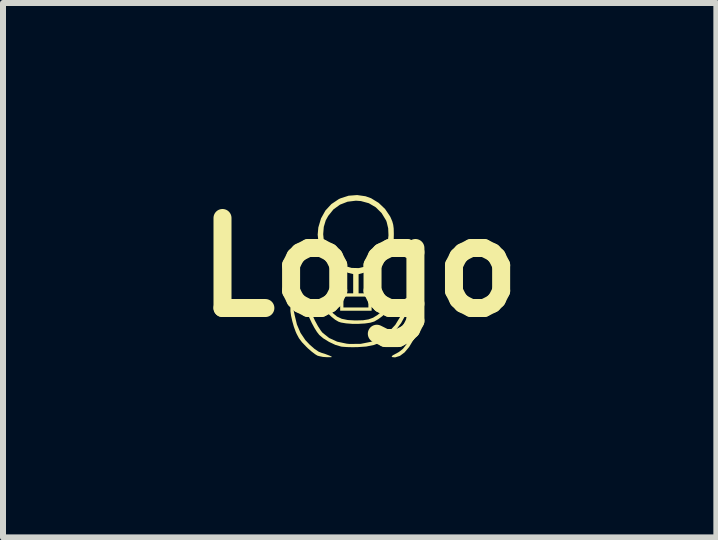
<source format=kicad_pcb>
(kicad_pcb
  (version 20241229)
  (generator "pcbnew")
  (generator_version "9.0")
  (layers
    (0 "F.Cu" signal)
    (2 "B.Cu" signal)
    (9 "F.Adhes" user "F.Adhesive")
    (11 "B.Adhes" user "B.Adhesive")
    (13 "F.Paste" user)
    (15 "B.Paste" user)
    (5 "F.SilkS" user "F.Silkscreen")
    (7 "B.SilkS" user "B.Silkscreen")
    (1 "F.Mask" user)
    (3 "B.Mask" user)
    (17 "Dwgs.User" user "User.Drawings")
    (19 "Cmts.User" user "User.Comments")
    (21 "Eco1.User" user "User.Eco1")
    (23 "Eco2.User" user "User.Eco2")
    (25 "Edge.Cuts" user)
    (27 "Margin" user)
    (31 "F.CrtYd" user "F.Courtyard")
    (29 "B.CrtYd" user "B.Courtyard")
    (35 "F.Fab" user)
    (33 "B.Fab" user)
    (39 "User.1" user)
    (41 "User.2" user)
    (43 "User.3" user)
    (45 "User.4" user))
  (footprint "Logo"
    (layer "F.Cu")
    (at 2.943 1.404)
    (property "Reference" "Logo" (at 0 0 0) (layer "F.SilkS") (effects (font (size 1.5 1.5) (thickness 0.3))))
    (attr board_only exclude_from_pos_files exclude_from_bom)
    (fp_poly (pts (xy 1.033 0.717) (xy 1.034 0.766) (xy 1.025 0.834) (xy 1.007 0.914) (xy 0.98 1.003) (xy 0.947 1.095) (xy 0.907 1.185) (xy 0.895 1.209) (xy 0.823 1.329) (xy 0.748 1.418) (xy 0.67 1.476) (xy 0.593 1.5) (xy 0.58 1.5) (xy 0.542 1.496) (xy 0.533 1.483) (xy 0.533 1.482) (xy 0.557 1.463) (xy 0.598 1.441) (xy 0.604 1.439) (xy 0.655 1.41) (xy 0.709 1.368) (xy 0.725 1.353) (xy 0.777 1.286) (xy 0.831 1.195) (xy 0.882 1.089) (xy 0.926 0.978) (xy 0.958 0.872) (xy 0.975 0.781) (xy 0.976 0.753) (xy 0.983 0.714) (xy 0.996 0.695) (xy 1.02 0.692)) (stroke (width 0) (type solid)) (fill yes) (layer "F.SilkS"))
    (fp_poly (pts (xy -1.121 0.651) (xy -1.105 0.698) (xy -1.087 0.78) (xy -1.086 0.786) (xy -1.046 0.952) (xy -0.986 1.092) (xy -0.904 1.214) (xy -0.835 1.287) (xy -0.753 1.359) (xy -0.685 1.405) (xy -0.633 1.426) (xy -0.569 1.446) (xy -0.511 1.468) (xy -0.497 1.474) (xy -0.468 1.488) (xy -0.463 1.495) (xy -0.486 1.498) (xy -0.541 1.498) (xy -0.542 1.498) (xy -0.612 1.493) (xy -0.679 1.479) (xy -0.705 1.471) (xy -0.746 1.446) (xy -0.803 1.402) (xy -0.865 1.348) (xy -0.89 1.323) (xy -0.961 1.249) (xy -1.012 1.181) (xy -1.051 1.108) (xy -1.066 1.074) (xy -1.097 0.989) (xy -1.123 0.897) (xy -1.143 0.809) (xy -1.154 0.732) (xy -1.154 0.676) (xy -1.151 0.66) (xy -1.136 0.639)) (stroke (width 0) (type solid)) (fill yes) (layer "F.SilkS"))
    (fp_poly (pts (xy -0.552 0.642) (xy -0.515 0.682) (xy -0.515 0.682) (xy -0.447 0.763) (xy -0.377 0.821) (xy -0.298 0.858) (xy -0.201 0.878) (xy -0.078 0.885) (xy -0.059 0.885) (xy 0.056 0.882) (xy 0.146 0.868) (xy 0.223 0.84) (xy 0.299 0.793) (xy 0.383 0.723) (xy 0.396 0.711) (xy 0.451 0.663) (xy 0.486 0.637) (xy 0.506 0.63) (xy 0.517 0.64) (xy 0.518 0.644) (xy 0.512 0.672) (xy 0.482 0.715) (xy 0.434 0.765) (xy 0.375 0.816) (xy 0.311 0.863) (xy 0.25 0.899) (xy 0.243 0.903) (xy 0.177 0.923) (xy 0.087 0.936) (xy -0.018 0.942) (xy -0.126 0.942) (xy -0.227 0.934) (xy -0.311 0.92) (xy -0.353 0.906) (xy -0.409 0.873) (xy -0.47 0.824) (xy -0.527 0.77) (xy -0.57 0.718) (xy -0.589 0.684) (xy -0.594 0.644) (xy -0.58 0.63)) (stroke (width 0) (type solid)) (fill yes) (layer "F.SilkS"))
    (fp_poly (pts (xy -0.867 0.595) (xy -0.842 0.653) (xy -0.833 0.678) (xy -0.794 0.782) (xy -0.746 0.887) (xy -0.695 0.981) (xy -0.646 1.057) (xy -0.618 1.091) (xy -0.508 1.178) (xy -0.375 1.239) (xy -0.219 1.272) (xy -0.171 1.277) (xy 0.018 1.275) (xy 0.19 1.241) (xy 0.344 1.177) (xy 0.479 1.082) (xy 0.594 0.958) (xy 0.688 0.803) (xy 0.694 0.791) (xy 0.727 0.726) (xy 0.755 0.675) (xy 0.775 0.645) (xy 0.779 0.641) (xy 0.8 0.638) (xy 0.805 0.663) (xy 0.794 0.711) (xy 0.769 0.779) (xy 0.748 0.825) (xy 0.691 0.928) (xy 0.62 1.022) (xy 0.552 1.095) (xy 0.451 1.185) (xy 0.349 1.251) (xy 0.238 1.294) (xy 0.109 1.32) (xy -0.036 1.33) (xy -0.126 1.331) (xy -0.211 1.329) (xy -0.281 1.324) (xy -0.308 1.321) (xy -0.406 1.292) (xy -0.51 1.243) (xy -0.607 1.183) (xy -0.673 1.127) (xy -0.712 1.077) (xy -0.755 1.008) (xy -0.798 0.928) (xy -0.838 0.842) (xy -0.873 0.758) (xy -0.899 0.682) (xy -0.913 0.622) (xy -0.913 0.584) (xy -0.909 0.577) (xy -0.889 0.571)) (stroke (width 0) (type solid)) (fill yes) (layer "F.SilkS"))
    (fp_poly (pts (xy 0.098 -1.184) (xy 0.19 -1.151) (xy 0.316 -1.074) (xy 0.423 -0.972) (xy 0.505 -0.851) (xy 0.518 -0.825) (xy 0.544 -0.763) (xy 0.559 -0.708) (xy 0.567 -0.645) (xy 0.569 -0.561) (xy 0.569 -0.551) (xy 0.567 -0.465) (xy 0.561 -0.402) (xy 0.547 -0.348) (xy 0.523 -0.289) (xy 0.519 -0.28) (xy 0.438 -0.146) (xy 0.333 -0.038) (xy 0.205 0.042) (xy 0.091 0.084) (xy -0.018 0.114) (xy -0.018 0.274) (xy -0.018 0.434) (xy 0.09 0.434) (xy 0.199 0.434) (xy 0.199 0.579) (xy 0.199 0.723) (xy -0.063 0.723) (xy -0.325 0.723) (xy -0.325 0.579) (xy -0.325 0.488) (xy -0.271 0.488) (xy -0.271 0.579) (xy -0.271 0.669) (xy -0.063 0.669) (xy 0.145 0.669) (xy 0.145 0.579) (xy 0.145 0.488) (xy -0.063 0.488) (xy -0.271 0.488) (xy -0.325 0.488) (xy -0.325 0.434) (xy -0.217 0.434) (xy -0.108 0.434) (xy -0.108 0.273) (xy -0.108 0.113) (xy -0.192 0.092) (xy -0.337 0.038) (xy -0.461 -0.042) (xy -0.562 -0.145) (xy -0.637 -0.266) (xy -0.684 -0.401) (xy -0.7 -0.546) (xy -0.699 -0.552) (xy -0.608 -0.552) (xy -0.596 -0.43) (xy -0.563 -0.32) (xy -0.557 -0.307) (xy -0.478 -0.185) (xy -0.375 -0.09) (xy -0.261 -0.027) (xy -0.135 0.01) (xy -0.014 0.013) (xy 0.112 -0.018) (xy 0.12 -0.021) (xy 0.231 -0.079) (xy 0.33 -0.161) (xy 0.408 -0.26) (xy 0.436 -0.313) (xy 0.467 -0.415) (xy 0.48 -0.532) (xy 0.475 -0.649) (xy 0.45 -0.754) (xy 0.44 -0.781) (xy 0.365 -0.904) (xy 0.268 -1) (xy 0.152 -1.068) (xy 0.02 -1.104) (xy -0.063 -1.11) (xy -0.202 -1.093) (xy -0.328 -1.044) (xy -0.437 -0.965) (xy -0.524 -0.857) (xy -0.566 -0.781) (xy -0.598 -0.674) (xy -0.608 -0.552) (xy -0.699 -0.552) (xy -0.689 -0.664) (xy -0.644 -0.815) (xy -0.571 -0.946) (xy -0.471 -1.054) (xy -0.347 -1.137) (xy -0.321 -1.149) (xy -0.185 -1.193) (xy -0.042 -1.204)) (stroke (width 0) (type solid)) (fill yes) (layer "F.SilkS")))
  (gr_rect
    (start -3 -3)
    (end 8.886 5.904)
    (stroke (width 0.1) (type default))
    (fill no)
    (layer "Edge.Cuts")))
</source>
